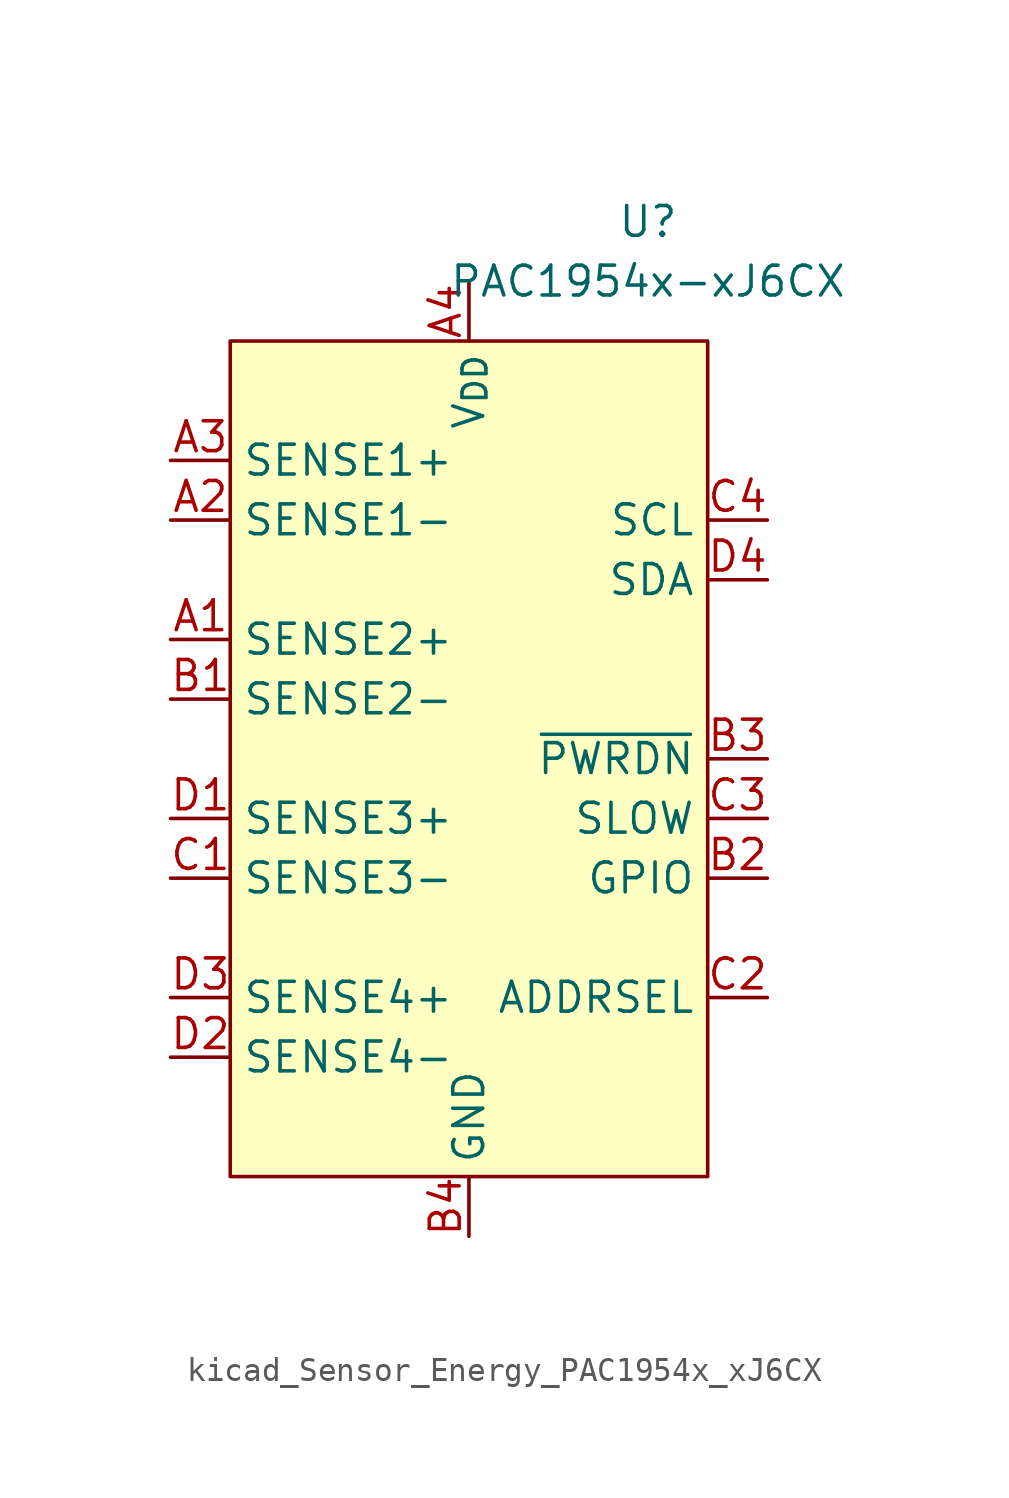
<source format=kicad_sym>
(kicad_symbol_lib
  (version 20220914)
  (generator kicad_symbol_editor)
  (symbol "kicad_Sensor_Energy_PAC1954x_xJ6CX"
    (property "Reference" "U"
      (at 7.62 22.86 0)
      (effects (font (size 1.27 1.27))))
    (property "Value" "PAC1954x-xJ6CX"
      (at 7.62 20.32 0)
      (effects (font (size 1.27 1.27))))
    (symbol "kicad_Sensor_Energy_PAC1954x_xJ6CX_0_0"
      (pin input line (at -12.7 5.08 0) (length 2.54) (name "SENSE2+" (effects (font (size 1.27 1.27)))) (number "A1" (effects (font (size 1.27 1.27)))))
      (pin input line (at -12.7 10.16 0) (length 2.54) (name "SENSE1-" (effects (font (size 1.27 1.27)))) (number "A2" (effects (font (size 1.27 1.27)))))
      (pin input line (at -12.7 12.7 0) (length 2.54) (name "SENSE1+" (effects (font (size 1.27 1.27)))) (number "A3" (effects (font (size 1.27 1.27)))))
      (pin power_in line (at 0 20.32 270) (length 2.54) (name "V_{DD}" (effects (font (size 1.27 1.27)))) (number "A4" (effects (font (size 1.27 1.27)))))
      (pin input line (at -12.7 2.54 0) (length 2.54) (name "SENSE2-" (effects (font (size 1.27 1.27)))) (number "B1" (effects (font (size 1.27 1.27)))))
      (pin bidirectional line (at 12.7 -5.08 180) (length 2.54) (name "GPIO" (effects (font (size 1.27 1.27)))) (number "B2" (effects (font (size 1.27 1.27)))) (alternate "~{ALERT2}" open_collector line))
      (pin input line (at 12.7 0 180) (length 2.54) (name "~{PWRDN}" (effects (font (size 1.27 1.27)))) (number "B3" (effects (font (size 1.27 1.27)))))
      (pin power_in line (at 0 -20.32 90) (length 2.54) (name "GND" (effects (font (size 1.27 1.27)))) (number "B4" (effects (font (size 1.27 1.27)))))
      (pin input line (at -12.7 -5.08 0) (length 2.54) (name "SENSE3-" (effects (font (size 1.27 1.27)))) (number "C1" (effects (font (size 1.27 1.27)))))
      (pin passive line (at 12.7 -10.16 180) (length 2.54) (name "ADDRSEL" (effects (font (size 1.27 1.27)))) (number "C2" (effects (font (size 1.27 1.27)))))
      (pin input line (at 12.7 -2.54 180) (length 2.54) (name "SLOW" (effects (font (size 1.27 1.27)))) (number "C3" (effects (font (size 1.27 1.27)))) (alternate "GPIO" bidirectional line) (alternate "~{ALERT1}" open_collector line))
      (pin input line (at 12.7 10.16 180) (length 2.54) (name "SCL" (effects (font (size 1.27 1.27)))) (number "C4" (effects (font (size 1.27 1.27)))) (alternate "SM_CLK" input line))
      (pin input line (at -12.7 -2.54 0) (length 2.54) (name "SENSE3+" (effects (font (size 1.27 1.27)))) (number "D1" (effects (font (size 1.27 1.27)))))
      (pin input line (at -12.7 -12.7 0) (length 2.54) (name "SENSE4-" (effects (font (size 1.27 1.27)))) (number "D2" (effects (font (size 1.27 1.27)))))
      (pin input line (at -12.7 -10.16 0) (length 2.54) (name "SENSE4+" (effects (font (size 1.27 1.27)))) (number "D3" (effects (font (size 1.27 1.27)))))
      (pin bidirectional line (at 12.7 7.62 180) (length 2.54) (name "SDA" (effects (font (size 1.27 1.27)))) (number "D4" (effects (font (size 1.27 1.27)))) (alternate "SM_DATA" bidirectional line)))
    (symbol "kicad_Sensor_Energy_PAC1954x_xJ6CX_0_1"
      (rectangle (start -10.16 17.78) (end 10.16 -17.78) (stroke (width 0) (type default)) (fill (type background))))))
</source>
